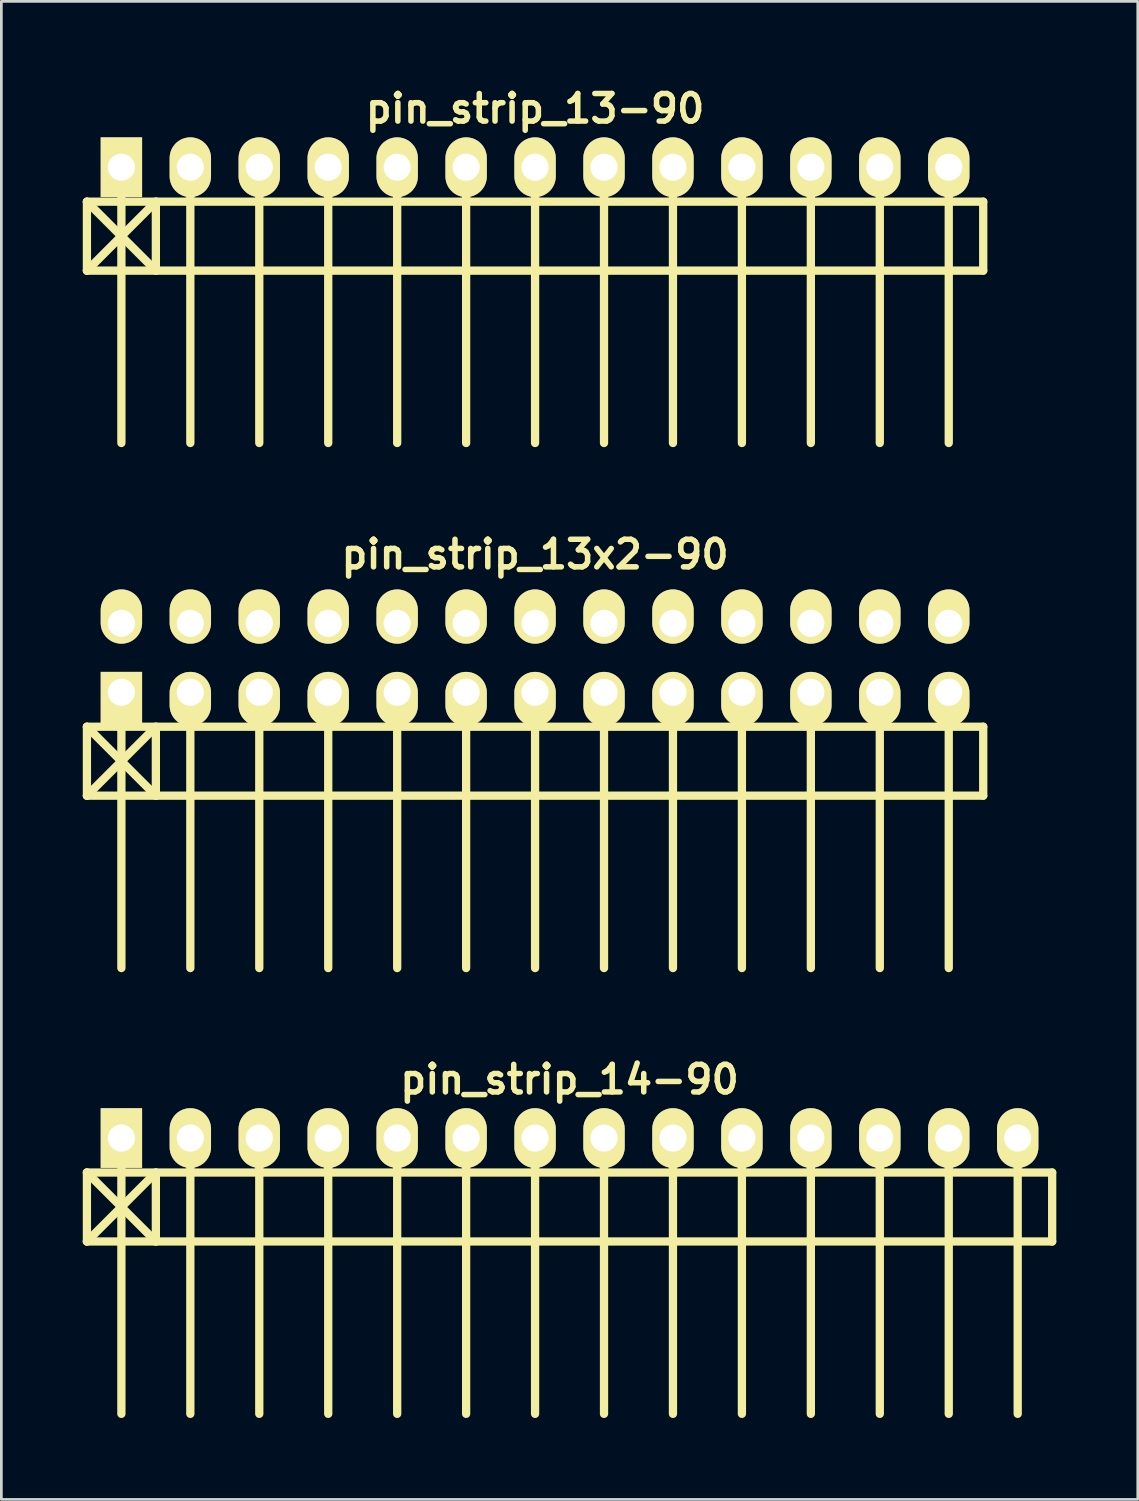
<source format=kicad_pcb>
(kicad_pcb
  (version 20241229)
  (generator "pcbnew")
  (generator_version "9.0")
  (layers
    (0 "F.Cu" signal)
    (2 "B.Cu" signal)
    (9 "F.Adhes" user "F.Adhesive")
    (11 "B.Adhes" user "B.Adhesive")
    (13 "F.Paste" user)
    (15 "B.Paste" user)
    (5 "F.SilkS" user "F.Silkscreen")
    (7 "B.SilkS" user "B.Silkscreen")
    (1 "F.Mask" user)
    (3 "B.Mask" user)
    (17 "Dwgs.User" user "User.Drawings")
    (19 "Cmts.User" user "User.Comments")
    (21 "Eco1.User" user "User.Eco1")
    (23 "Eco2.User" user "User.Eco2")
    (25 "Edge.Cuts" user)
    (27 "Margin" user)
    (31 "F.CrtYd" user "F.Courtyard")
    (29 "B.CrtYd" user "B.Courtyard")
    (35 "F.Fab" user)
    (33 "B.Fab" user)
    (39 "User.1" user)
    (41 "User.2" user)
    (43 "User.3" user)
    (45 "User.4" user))
  (footprint "pin_strip_13x2-90"
    (layer "F.Cu")
    (at 16.662 21.183)
    (property "Reference" "pin_strip_13x2-90" (at 0 -3.81 0) (layer "F.SilkS") (effects (font (size 1.016 1.016) (thickness 0.203))))
    (attr through_hole)
    (fp_line (start -16.51 2.54) (end -13.97 5.08) (stroke (width 0.305) (type solid)) (layer "F.SilkS"))
    (fp_line (start -16.51 2.54) (end 16.51 2.54) (stroke (width 0.305) (type solid)) (layer "F.SilkS"))
    (fp_line (start -16.51 5.08) (end -16.51 2.54) (stroke (width 0.305) (type solid)) (layer "F.SilkS"))
    (fp_line (start -15.24 1.27) (end -15.24 11.43) (stroke (width 0.305) (type solid)) (layer "F.SilkS"))
    (fp_line (start -13.97 2.54) (end -16.51 5.08) (stroke (width 0.305) (type solid)) (layer "F.SilkS"))
    (fp_line (start -13.97 5.08) (end -13.97 2.54) (stroke (width 0.305) (type solid)) (layer "F.SilkS"))
    (fp_line (start -12.7 1.27) (end -12.7 11.43) (stroke (width 0.305) (type solid)) (layer "F.SilkS"))
    (fp_line (start -10.16 11.43) (end -10.16 1.27) (stroke (width 0.305) (type solid)) (layer "F.SilkS"))
    (fp_line (start -7.62 1.27) (end -7.62 11.43) (stroke (width 0.305) (type solid)) (layer "F.SilkS"))
    (fp_line (start -5.08 1.27) (end -5.08 11.43) (stroke (width 0.305) (type solid)) (layer "F.SilkS"))
    (fp_line (start -2.54 1.27) (end -2.54 11.43) (stroke (width 0.305) (type solid)) (layer "F.SilkS"))
    (fp_line (start 0 1.27) (end 0 11.43) (stroke (width 0.305) (type solid)) (layer "F.SilkS"))
    (fp_line (start 2.54 1.27) (end 2.54 11.43) (stroke (width 0.305) (type solid)) (layer "F.SilkS"))
    (fp_line (start 5.08 1.27) (end 5.08 11.43) (stroke (width 0.305) (type solid)) (layer "F.SilkS"))
    (fp_line (start 7.62 1.27) (end 7.62 11.43) (stroke (width 0.305) (type solid)) (layer "F.SilkS"))
    (fp_line (start 10.16 1.27) (end 10.16 11.43) (stroke (width 0.305) (type solid)) (layer "F.SilkS"))
    (fp_line (start 12.7 1.27) (end 12.7 11.43) (stroke (width 0.305) (type solid)) (layer "F.SilkS"))
    (fp_line (start 15.24 11.43) (end 15.24 1.27) (stroke (width 0.305) (type solid)) (layer "F.SilkS"))
    (fp_line (start 16.51 2.54) (end 16.51 5.08) (stroke (width 0.305) (type solid)) (layer "F.SilkS"))
    (fp_line (start 16.51 5.08) (end -16.51 5.08) (stroke (width 0.305) (type solid)) (layer "F.SilkS"))
    (pad "1" thru_hole rect (at -15.24 1.27) (size 1.524 1.999) (drill 1.001 (offset 0 0.249)) (layers "*.Cu" "*.Mask" "F.SilkS"))
    (pad "2" thru_hole oval (at -15.24 -1.27) (size 1.524 1.999) (drill 1.001 (offset 0 -0.249)) (layers "*.Cu" "*.Mask" "F.SilkS"))
    (pad "3" thru_hole oval (at -12.7 1.27) (size 1.524 1.999) (drill 1.001 (offset 0 0.249)) (layers "*.Cu" "*.Mask" "F.SilkS"))
    (pad "4" thru_hole oval (at -12.7 -1.27) (size 1.524 1.999) (drill 1.001 (offset 0 -0.249)) (layers "*.Cu" "*.Mask" "F.SilkS"))
    (pad "5" thru_hole oval (at -10.16 1.27) (size 1.524 1.999) (drill 1.001 (offset 0 0.249)) (layers "*.Cu" "*.Mask" "F.SilkS"))
    (pad "6" thru_hole oval (at -10.16 -1.27) (size 1.524 1.999) (drill 1.001 (offset 0 -0.249)) (layers "*.Cu" "*.Mask" "F.SilkS"))
    (pad "7" thru_hole oval (at -7.62 1.27) (size 1.524 1.999) (drill 1.001 (offset 0 0.249)) (layers "*.Cu" "*.Mask" "F.SilkS"))
    (pad "8" thru_hole oval (at -7.62 -1.27) (size 1.524 1.999) (drill 1.001 (offset 0 -0.249)) (layers "*.Cu" "*.Mask" "F.SilkS"))
    (pad "9" thru_hole oval (at -5.08 1.27) (size 1.524 1.999) (drill 1.001 (offset 0 0.249)) (layers "*.Cu" "*.Mask" "F.SilkS"))
    (pad "10" thru_hole oval (at -5.08 -1.27) (size 1.524 1.999) (drill 1.001 (offset 0 -0.249)) (layers "*.Cu" "*.Mask" "F.SilkS"))
    (pad "11" thru_hole oval (at -2.54 1.27) (size 1.524 1.999) (drill 1.001 (offset 0 0.249)) (layers "*.Cu" "*.Mask" "F.SilkS"))
    (pad "12" thru_hole oval (at -2.54 -1.27) (size 1.524 1.999) (drill 1.001 (offset 0 -0.249)) (layers "*.Cu" "*.Mask" "F.SilkS"))
    (pad "13" thru_hole oval (at 0 1.27) (size 1.524 1.999) (drill 1.001 (offset 0 0.249)) (layers "*.Cu" "*.Mask" "F.SilkS"))
    (pad "14" thru_hole oval (at 0 -1.27) (size 1.524 1.999) (drill 1.001 (offset 0 -0.249)) (layers "*.Cu" "*.Mask" "F.SilkS"))
    (pad "15" thru_hole oval (at 2.54 1.27) (size 1.524 1.999) (drill 1.001 (offset 0 0.249)) (layers "*.Cu" "*.Mask" "F.SilkS"))
    (pad "16" thru_hole oval (at 2.54 -1.27) (size 1.524 1.999) (drill 1.001 (offset 0 -0.249)) (layers "*.Cu" "*.Mask" "F.SilkS"))
    (pad "17" thru_hole oval (at 5.08 1.27) (size 1.524 1.999) (drill 1.001 (offset 0 0.249)) (layers "*.Cu" "*.Mask" "F.SilkS"))
    (pad "18" thru_hole oval (at 5.08 -1.27) (size 1.524 1.999) (drill 1.001 (offset 0 -0.249)) (layers "*.Cu" "*.Mask" "F.SilkS"))
    (pad "19" thru_hole oval (at 7.62 1.27) (size 1.524 1.999) (drill 1.001 (offset 0 0.249)) (layers "*.Cu" "*.Mask" "F.SilkS"))
    (pad "20" thru_hole oval (at 7.62 -1.27) (size 1.524 1.999) (drill 1.001 (offset 0 -0.249)) (layers "*.Cu" "*.Mask" "F.SilkS"))
    (pad "21" thru_hole oval (at 10.16 1.27) (size 1.524 1.999) (drill 1.001 (offset 0 0.249)) (layers "*.Cu" "*.Mask" "F.SilkS"))
    (pad "22" thru_hole oval (at 10.16 -1.27) (size 1.524 1.999) (drill 1.001 (offset 0 -0.249)) (layers "*.Cu" "*.Mask" "F.SilkS"))
    (pad "23" thru_hole oval (at 12.7 1.27) (size 1.524 1.999) (drill 1.001 (offset 0 0.249)) (layers "*.Cu" "*.Mask" "F.SilkS"))
    (pad "24" thru_hole oval (at 12.7 -1.27) (size 1.524 1.999) (drill 1.001 (offset 0 -0.249)) (layers "*.Cu" "*.Mask" "F.SilkS"))
    (pad "25" thru_hole oval (at 15.24 1.27) (size 1.524 1.999) (drill 1.001 (offset 0 0.249)) (layers "*.Cu" "*.Mask" "F.SilkS"))
    (pad "26" thru_hole oval (at 15.24 -1.27) (size 1.524 1.999) (drill 1.001 (offset 0 -0.249)) (layers "*.Cu" "*.Mask" "F.SilkS")))
  (footprint "pin_strip_13-90"
    (layer "F.Cu")
    (at 16.662 3.11)
    (property "Reference" "pin_strip_13-90" (at 0 -2.159 0) (layer "F.SilkS") (effects (font (size 1.016 1.016) (thickness 0.203))))
    (attr through_hole)
    (fp_line (start -16.51 1.27) (end 16.51 1.27) (stroke (width 0.305) (type solid)) (layer "F.SilkS"))
    (fp_line (start -16.51 3.81) (end -16.51 1.27) (stroke (width 0.305) (type solid)) (layer "F.SilkS"))
    (fp_line (start -16.51 3.81) (end -13.97 1.27) (stroke (width 0.305) (type solid)) (layer "F.SilkS"))
    (fp_line (start -15.24 0) (end -15.24 10.16) (stroke (width 0.305) (type solid)) (layer "F.SilkS"))
    (fp_line (start -13.97 1.27) (end -13.97 3.81) (stroke (width 0.305) (type solid)) (layer "F.SilkS"))
    (fp_line (start -13.97 3.81) (end -16.51 1.27) (stroke (width 0.305) (type solid)) (layer "F.SilkS"))
    (fp_line (start -12.7 0) (end -12.7 10.16) (stroke (width 0.305) (type solid)) (layer "F.SilkS"))
    (fp_line (start -10.16 10.16) (end -10.16 0) (stroke (width 0.305) (type solid)) (layer "F.SilkS"))
    (fp_line (start -7.62 0) (end -7.62 10.16) (stroke (width 0.305) (type solid)) (layer "F.SilkS"))
    (fp_line (start -5.08 0) (end -5.08 10.16) (stroke (width 0.305) (type solid)) (layer "F.SilkS"))
    (fp_line (start -2.54 0) (end -2.54 10.16) (stroke (width 0.305) (type solid)) (layer "F.SilkS"))
    (fp_line (start 0 0) (end 0 10.16) (stroke (width 0.305) (type solid)) (layer "F.SilkS"))
    (fp_line (start 2.54 0) (end 2.54 10.16) (stroke (width 0.305) (type solid)) (layer "F.SilkS"))
    (fp_line (start 5.08 0) (end 5.08 10.16) (stroke (width 0.305) (type solid)) (layer "F.SilkS"))
    (fp_line (start 7.62 0) (end 7.62 10.16) (stroke (width 0.305) (type solid)) (layer "F.SilkS"))
    (fp_line (start 10.16 0) (end 10.16 10.16) (stroke (width 0.305) (type solid)) (layer "F.SilkS"))
    (fp_line (start 12.7 0) (end 12.7 10.16) (stroke (width 0.305) (type solid)) (layer "F.SilkS"))
    (fp_line (start 15.24 10.16) (end 15.24 0) (stroke (width 0.305) (type solid)) (layer "F.SilkS"))
    (fp_line (start 16.51 1.27) (end 16.51 3.81) (stroke (width 0.305) (type solid)) (layer "F.SilkS"))
    (fp_line (start 16.51 3.81) (end -16.51 3.81) (stroke (width 0.305) (type solid)) (layer "F.SilkS"))
    (pad "1" thru_hole rect (at -15.24 0) (size 1.524 2.2) (drill 1.001) (layers "*.Cu" "*.Mask" "F.SilkS"))
    (pad "2" thru_hole oval (at -12.7 0) (size 1.524 2.2) (drill 1.001) (layers "*.Cu" "*.Mask" "F.SilkS"))
    (pad "3" thru_hole oval (at -10.16 0) (size 1.524 2.2) (drill 1.001) (layers "*.Cu" "*.Mask" "F.SilkS"))
    (pad "4" thru_hole oval (at -7.62 0) (size 1.524 2.2) (drill 1.001) (layers "*.Cu" "*.Mask" "F.SilkS"))
    (pad "5" thru_hole oval (at -5.08 0) (size 1.524 2.2) (drill 1.001) (layers "*.Cu" "*.Mask" "F.SilkS"))
    (pad "6" thru_hole oval (at -2.54 0) (size 1.524 2.2) (drill 1.001) (layers "*.Cu" "*.Mask" "F.SilkS"))
    (pad "7" thru_hole oval (at 0 0) (size 1.524 2.2) (drill 1.001) (layers "*.Cu" "*.Mask" "F.SilkS"))
    (pad "8" thru_hole oval (at 2.54 0) (size 1.524 2.2) (drill 1.001) (layers "*.Cu" "*.Mask" "F.SilkS"))
    (pad "9" thru_hole oval (at 5.08 0) (size 1.524 2.2) (drill 1.001) (layers "*.Cu" "*.Mask" "F.SilkS"))
    (pad "10" thru_hole oval (at 7.62 0) (size 1.524 2.2) (drill 1.001) (layers "*.Cu" "*.Mask" "F.SilkS"))
    (pad "11" thru_hole oval (at 10.16 0) (size 1.524 2.2) (drill 1.001) (layers "*.Cu" "*.Mask" "F.SilkS"))
    (pad "12" thru_hole oval (at 12.7 0) (size 1.524 2.2) (drill 1.001) (layers "*.Cu" "*.Mask" "F.SilkS"))
    (pad "13" thru_hole oval (at 15.24 0) (size 1.524 2.2) (drill 1.001) (layers "*.Cu" "*.Mask" "F.SilkS")))
  (footprint "pin_strip_14-90"
    (layer "F.Cu")
    (at 17.932 38.876)
    (property "Reference" "pin_strip_14-90" (at 0 -2.159 0) (layer "F.SilkS") (effects (font (size 1.016 1.016) (thickness 0.203))))
    (attr through_hole)
    (fp_line (start -17.78 1.27) (end 17.78 1.27) (stroke (width 0.305) (type solid)) (layer "F.SilkS"))
    (fp_line (start -17.78 3.81) (end -17.78 1.27) (stroke (width 0.305) (type solid)) (layer "F.SilkS"))
    (fp_line (start -17.78 3.81) (end -15.24 1.27) (stroke (width 0.305) (type solid)) (layer "F.SilkS"))
    (fp_line (start -16.51 0) (end -16.51 10.16) (stroke (width 0.305) (type solid)) (layer "F.SilkS"))
    (fp_line (start -15.24 1.27) (end -15.24 3.81) (stroke (width 0.305) (type solid)) (layer "F.SilkS"))
    (fp_line (start -15.24 3.81) (end -17.78 1.27) (stroke (width 0.305) (type solid)) (layer "F.SilkS"))
    (fp_line (start -13.97 0) (end -13.97 10.16) (stroke (width 0.305) (type solid)) (layer "F.SilkS"))
    (fp_line (start -11.43 10.16) (end -11.43 0) (stroke (width 0.305) (type solid)) (layer "F.SilkS"))
    (fp_line (start -8.89 0) (end -8.89 10.16) (stroke (width 0.305) (type solid)) (layer "F.SilkS"))
    (fp_line (start -6.35 0) (end -6.35 10.16) (stroke (width 0.305) (type solid)) (layer "F.SilkS"))
    (fp_line (start -3.81 0) (end -3.81 10.16) (stroke (width 0.305) (type solid)) (layer "F.SilkS"))
    (fp_line (start -1.27 0) (end -1.27 10.16) (stroke (width 0.305) (type solid)) (layer "F.SilkS"))
    (fp_line (start 1.27 0) (end 1.27 10.16) (stroke (width 0.305) (type solid)) (layer "F.SilkS"))
    (fp_line (start 3.81 0) (end 3.81 10.16) (stroke (width 0.305) (type solid)) (layer "F.SilkS"))
    (fp_line (start 6.35 0) (end 6.35 10.16) (stroke (width 0.305) (type solid)) (layer "F.SilkS"))
    (fp_line (start 8.89 0) (end 8.89 10.16) (stroke (width 0.305) (type solid)) (layer "F.SilkS"))
    (fp_line (start 11.43 0) (end 11.43 10.16) (stroke (width 0.305) (type solid)) (layer "F.SilkS"))
    (fp_line (start 13.97 10.16) (end 13.97 0) (stroke (width 0.305) (type solid)) (layer "F.SilkS"))
    (fp_line (start 16.51 0) (end 16.51 10.16) (stroke (width 0.305) (type solid)) (layer "F.SilkS"))
    (fp_line (start 17.78 1.27) (end 17.78 3.81) (stroke (width 0.305) (type solid)) (layer "F.SilkS"))
    (fp_line (start 17.78 3.81) (end -17.78 3.81) (stroke (width 0.305) (type solid)) (layer "F.SilkS"))
    (pad "1" thru_hole rect (at -16.51 0) (size 1.524 2.2) (drill 1.001) (layers "*.Cu" "*.Mask" "F.SilkS"))
    (pad "2" thru_hole oval (at -13.97 0) (size 1.524 2.2) (drill 1.001) (layers "*.Cu" "*.Mask" "F.SilkS"))
    (pad "3" thru_hole oval (at -11.43 0) (size 1.524 2.2) (drill 1.001) (layers "*.Cu" "*.Mask" "F.SilkS"))
    (pad "4" thru_hole oval (at -8.89 0) (size 1.524 2.2) (drill 1.001) (layers "*.Cu" "*.Mask" "F.SilkS"))
    (pad "5" thru_hole oval (at -6.35 0) (size 1.524 2.2) (drill 1.001) (layers "*.Cu" "*.Mask" "F.SilkS"))
    (pad "6" thru_hole oval (at -3.81 0) (size 1.524 2.2) (drill 1.001) (layers "*.Cu" "*.Mask" "F.SilkS"))
    (pad "7" thru_hole oval (at -1.27 0) (size 1.524 2.2) (drill 1.001) (layers "*.Cu" "*.Mask" "F.SilkS"))
    (pad "8" thru_hole oval (at 1.27 0) (size 1.524 2.2) (drill 1.001) (layers "*.Cu" "*.Mask" "F.SilkS"))
    (pad "9" thru_hole oval (at 3.81 0) (size 1.524 2.2) (drill 1.001) (layers "*.Cu" "*.Mask" "F.SilkS"))
    (pad "10" thru_hole oval (at 6.35 0) (size 1.524 2.2) (drill 1.001) (layers "*.Cu" "*.Mask" "F.SilkS"))
    (pad "11" thru_hole oval (at 8.89 0) (size 1.524 2.2) (drill 1.001) (layers "*.Cu" "*.Mask" "F.SilkS"))
    (pad "12" thru_hole oval (at 11.43 0) (size 1.524 2.2) (drill 1.001) (layers "*.Cu" "*.Mask" "F.SilkS"))
    (pad "13" thru_hole oval (at 13.97 0) (size 1.524 2.2) (drill 1.001) (layers "*.Cu" "*.Mask" "F.SilkS"))
    (pad "14" thru_hole oval (at 16.51 0) (size 1.524 2.2) (drill 1.001) (layers "*.Cu" "*.Mask" "F.SilkS")))
  (gr_rect
    (start -3 -3)
    (end 38.865 52.188)
    (stroke (width 0.1) (type default))
    (fill no)
    (layer "Edge.Cuts")))
</source>
